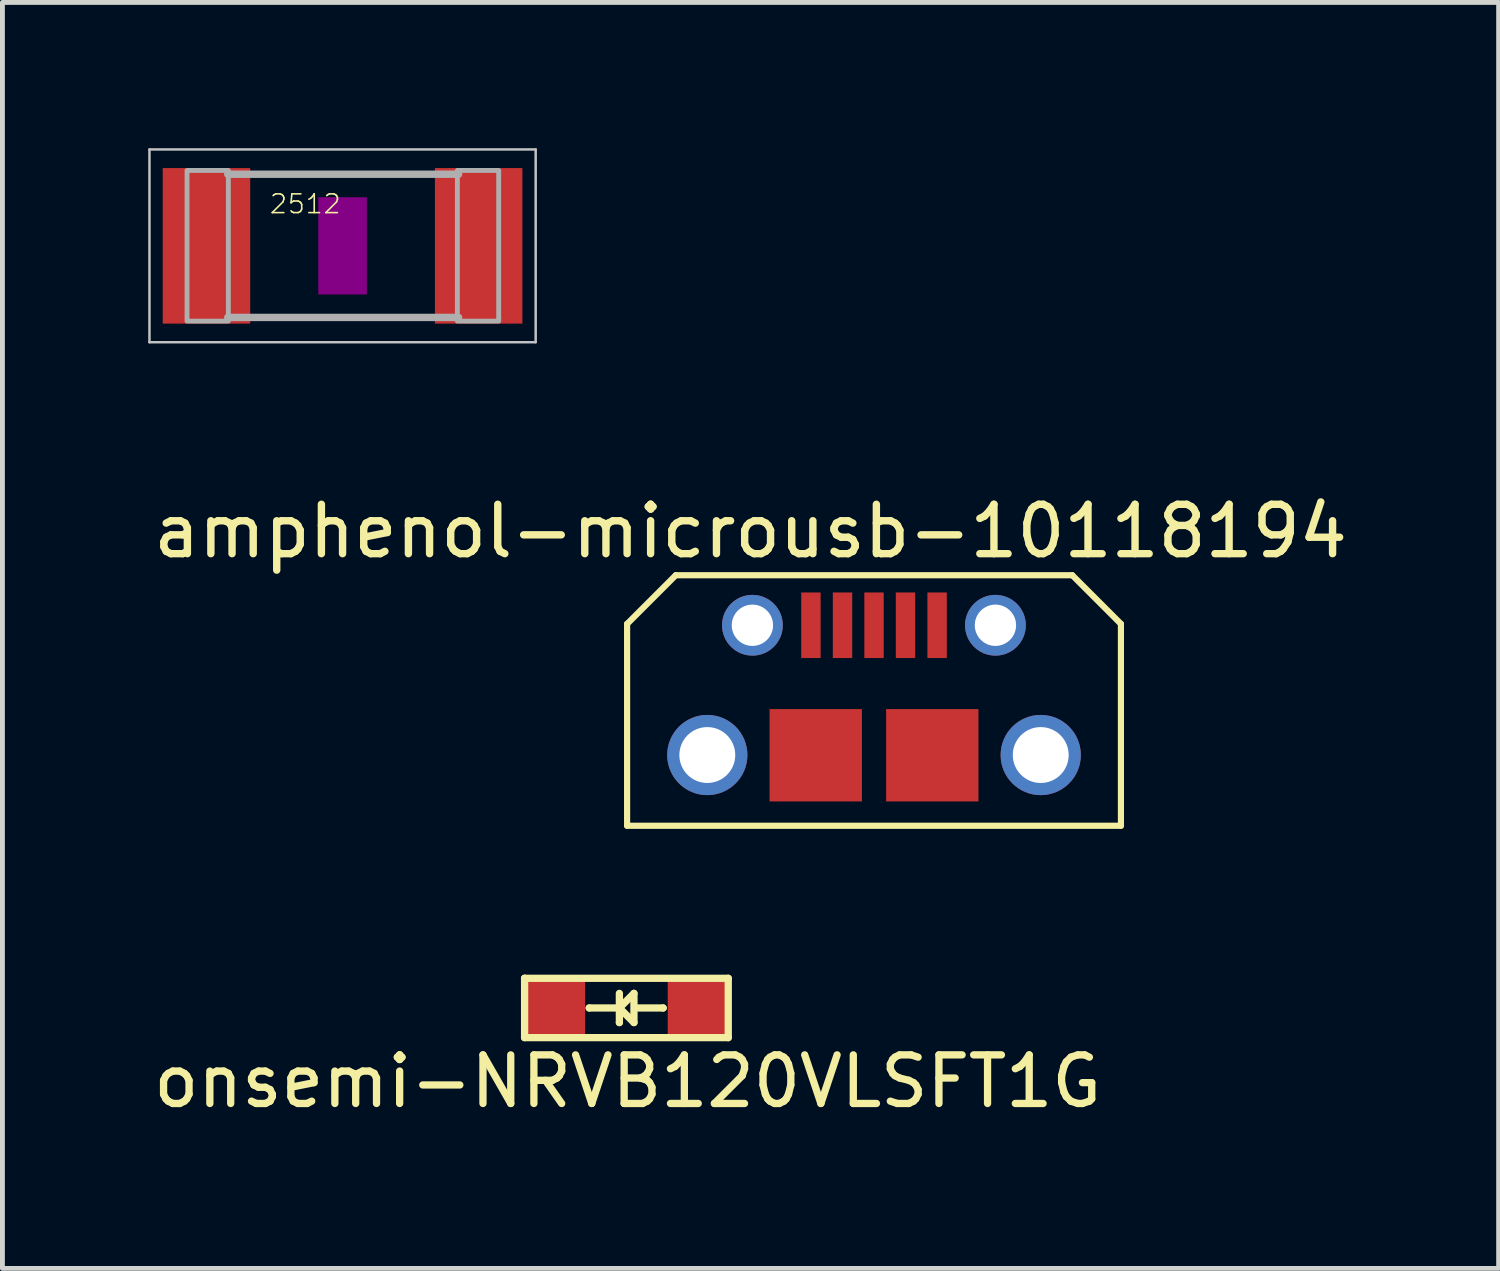
<source format=kicad_pcb>
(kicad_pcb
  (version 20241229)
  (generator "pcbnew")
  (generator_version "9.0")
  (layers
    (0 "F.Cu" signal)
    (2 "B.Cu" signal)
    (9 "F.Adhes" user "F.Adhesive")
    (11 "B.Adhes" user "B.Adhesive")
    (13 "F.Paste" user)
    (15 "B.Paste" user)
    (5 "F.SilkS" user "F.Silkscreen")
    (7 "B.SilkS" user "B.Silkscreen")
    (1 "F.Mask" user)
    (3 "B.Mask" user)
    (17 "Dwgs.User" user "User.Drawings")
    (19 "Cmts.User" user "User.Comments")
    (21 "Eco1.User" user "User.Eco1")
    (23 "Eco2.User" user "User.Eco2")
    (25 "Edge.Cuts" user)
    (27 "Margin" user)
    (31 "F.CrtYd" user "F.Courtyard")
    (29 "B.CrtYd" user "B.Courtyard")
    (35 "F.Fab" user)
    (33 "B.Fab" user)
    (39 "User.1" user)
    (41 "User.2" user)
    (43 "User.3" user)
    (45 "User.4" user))
  (footprint "amphenol-microusb-10118194"
    (layer "F.Cu")
    (at 14.932 11.084)
    (property "Reference" "amphenol-microusb-10118194" (at -2.54 -3.205 0) (layer "F.SilkS") (effects (font (size 1.016 1.016) (thickness 0.152))))
    (attr smd)
    (fp_line (start -5.08 -1.298) (end -4.079 -2.299) (stroke (width 0.127) (type solid)) (layer "F.SilkS"))
    (fp_line (start -5.08 2.855) (end -5.08 -1.298) (stroke (width 0.127) (type solid)) (layer "F.SilkS"))
    (fp_line (start -5.08 2.855) (end 5.08 2.855) (stroke (width 0.127) (type solid)) (layer "F.SilkS"))
    (fp_line (start -4.079 -2.299) (end 4.079 -2.299) (stroke (width 0.127) (type solid)) (layer "F.SilkS"))
    (fp_line (start -3.548 1.049) (end -3.548 1.748) (stroke (width 0.008) (type solid)) (layer "F.SilkS"))
    (fp_line (start 4.079 -2.299) (end 5.08 -1.298) (stroke (width 0.127) (type solid)) (layer "F.SilkS"))
    (fp_line (start 5.08 -1.298) (end 5.08 2.855) (stroke (width 0.127) (type solid)) (layer "F.SilkS"))
    (pad "1" smd rect (at -1.298 -1.27 180) (size 0.399 1.349) (layers "F.Cu" "F.Mask" "F.Paste"))
    (pad "2" smd rect (at -0.648 -1.27 180) (size 0.399 1.349) (layers "F.Cu" "F.Mask" "F.Paste"))
    (pad "3" smd rect (at 0 -1.27 180) (size 0.399 1.349) (layers "F.Cu" "F.Mask" "F.Paste"))
    (pad "4" smd rect (at 0.648 -1.27 180) (size 0.399 1.349) (layers "F.Cu" "F.Mask" "F.Paste"))
    (pad "5" smd rect (at 1.298 -1.27 180) (size 0.399 1.349) (layers "F.Cu" "F.Mask" "F.Paste"))
    (pad "S3" thru_hole circle (at 2.498 -1.27 180) (size 1.25 1.25) (drill 0.85) (layers "*.Cu" "*.Mask"))
    (pad "S4" thru_hole circle (at -2.502 -1.27 180) (size 1.25 1.25) (drill 0.85) (layers "*.Cu" "*.Mask"))
    (pad "S5" smd rect (at -1.199 1.405) (size 1.9 1.9) (layers "F.Cu" "F.Mask" "F.Paste"))
    (pad "S6" smd rect (at 1.199 1.405) (size 1.9 1.9) (layers "F.Cu" "F.Mask" "F.Paste"))
    (pad "SLOT" thru_hole circle (at -3.43 1.4) (size 1.65 1.65) (drill 1.15) (layers "*.Cu" "*.Mask"))
    (pad "SLOT" thru_hole circle (at 3.43 1.4) (size 1.65 1.65) (drill 1.15) (layers "*.Cu" "*.Mask")))
  (footprint "onsemi-NRVB120VLSFT1G"
    (layer "F.Cu")
    (at 9.843 17.688)
    (property "Reference" "onsemi-NRVB120VLSFT1G" (at 0.02 1.51 0) (layer "F.SilkS") (effects (font (size 1 1) (thickness 0.15))))
    (attr through_hole)
    (fp_line (start -2.1 -0.61) (end -2.1 -0.61) (stroke (width 0.15) (type solid)) (layer "F.SilkS"))
    (fp_line (start -2.1 -0.61) (end 2.09 -0.61) (stroke (width 0.15) (type solid)) (layer "F.SilkS"))
    (fp_line (start -2.1 0.61) (end -2.1 -0.61) (stroke (width 0.15) (type solid)) (layer "F.SilkS"))
    (fp_line (start -0.77 0) (end -0.77 0) (stroke (width 0.15) (type solid)) (layer "F.SilkS"))
    (fp_line (start -0.17 0) (end -0.77 0) (stroke (width 0.15) (type solid)) (layer "F.SilkS"))
    (fp_line (start -0.15 -0.3) (end -0.15 0.3) (stroke (width 0.15) (type solid)) (layer "F.SilkS"))
    (fp_line (start -0.15 0) (end 0.15 -0.3) (stroke (width 0.15) (type solid)) (layer "F.SilkS"))
    (fp_line (start -0.15 0.3) (end -0.15 0.3) (stroke (width 0.15) (type solid)) (layer "F.SilkS"))
    (fp_line (start -0.14 0.01) (end -0.14 0.01) (stroke (width 0.15) (type solid)) (layer "F.SilkS"))
    (fp_line (start 0.15 -0.3) (end 0.15 0.3) (stroke (width 0.15) (type solid)) (layer "F.SilkS"))
    (fp_line (start 0.15 0.3) (end -0.14 0.01) (stroke (width 0.15) (type solid)) (layer "F.SilkS"))
    (fp_line (start 0.2 0) (end 0.75 0) (stroke (width 0.15) (type solid)) (layer "F.SilkS"))
    (fp_line (start 0.75 0) (end 0.75 0) (stroke (width 0.15) (type solid)) (layer "F.SilkS"))
    (fp_line (start 2.09 -0.61) (end 2.09 0.61) (stroke (width 0.15) (type solid)) (layer "F.SilkS"))
    (fp_line (start 2.09 0.61) (end -2.1 0.61) (stroke (width 0.15) (type solid)) (layer "F.SilkS"))
    (pad "1" smd rect (at -1.48 0) (size 1.25 1.22) (layers "F.Cu" "F.Mask" "F.Paste"))
    (pad "2" smd rect (at 1.47 0) (size 1.25 1.22) (layers "F.Cu" "F.Mask" "F.Paste")))
  (footprint "2512"
    (layer "F.Cu")
    (at 3.998 2.008)
    (property "Reference" "2512" (at -1.524 -0.635 0) (layer "F.SilkS") (effects (font (size 0.386 0.386) (thickness 0.033)) (justify left bottom)))
    (attr through_hole)
    (fp_poly (pts (xy -0.5 1) (xy 0.5 1) (xy 0.5 -1) (xy -0.5 -1)) (stroke (width 0) (type solid)) (fill yes) (layer "F.Adhes"))
    (fp_line (start -3.973 -1.983) (end 3.973 -1.983) (stroke (width 0.051) (type solid)) (layer "Dwgs.User"))
    (fp_line (start -3.973 1.983) (end -3.973 -1.983) (stroke (width 0.051) (type solid)) (layer "Dwgs.User"))
    (fp_line (start 3.973 -1.983) (end 3.973 1.983) (stroke (width 0.051) (type solid)) (layer "Dwgs.User"))
    (fp_line (start 3.973 1.983) (end -3.973 1.983) (stroke (width 0.051) (type solid)) (layer "Dwgs.User"))
    (fp_line (start -2.362 -1.473) (end 2.387 -1.473) (stroke (width 0.152) (type solid)) (layer "F.Fab"))
    (fp_line (start -2.362 1.473) (end 2.387 1.473) (stroke (width 0.152) (type solid)) (layer "F.Fab"))
    (fp_poly (pts (xy -3.2 1.549) (xy -2.35 1.549) (xy -2.35 -1.551) (xy -3.2 -1.551)) (stroke (width 0.1) (type solid)) (fill no) (layer "F.Fab"))
    (fp_poly (pts (xy 2.362 1.549) (xy 3.212 1.549) (xy 3.212 -1.551) (xy 2.362 -1.551)) (stroke (width 0.1) (type solid)) (fill no) (layer "F.Fab"))
    (pad "1" smd rect (at -2.8 0) (size 1.8 3.2) (layers "F.Cu" "F.Mask" "F.Paste"))
    (pad "2" smd rect (at 2.8 0) (size 1.8 3.2) (layers "F.Cu" "F.Mask" "F.Paste")))
  (gr_rect
    (start -3 -3)
    (end 27.783 23.046)
    (stroke (width 0.1) (type default))
    (fill no)
    (layer "Edge.Cuts")))
</source>
